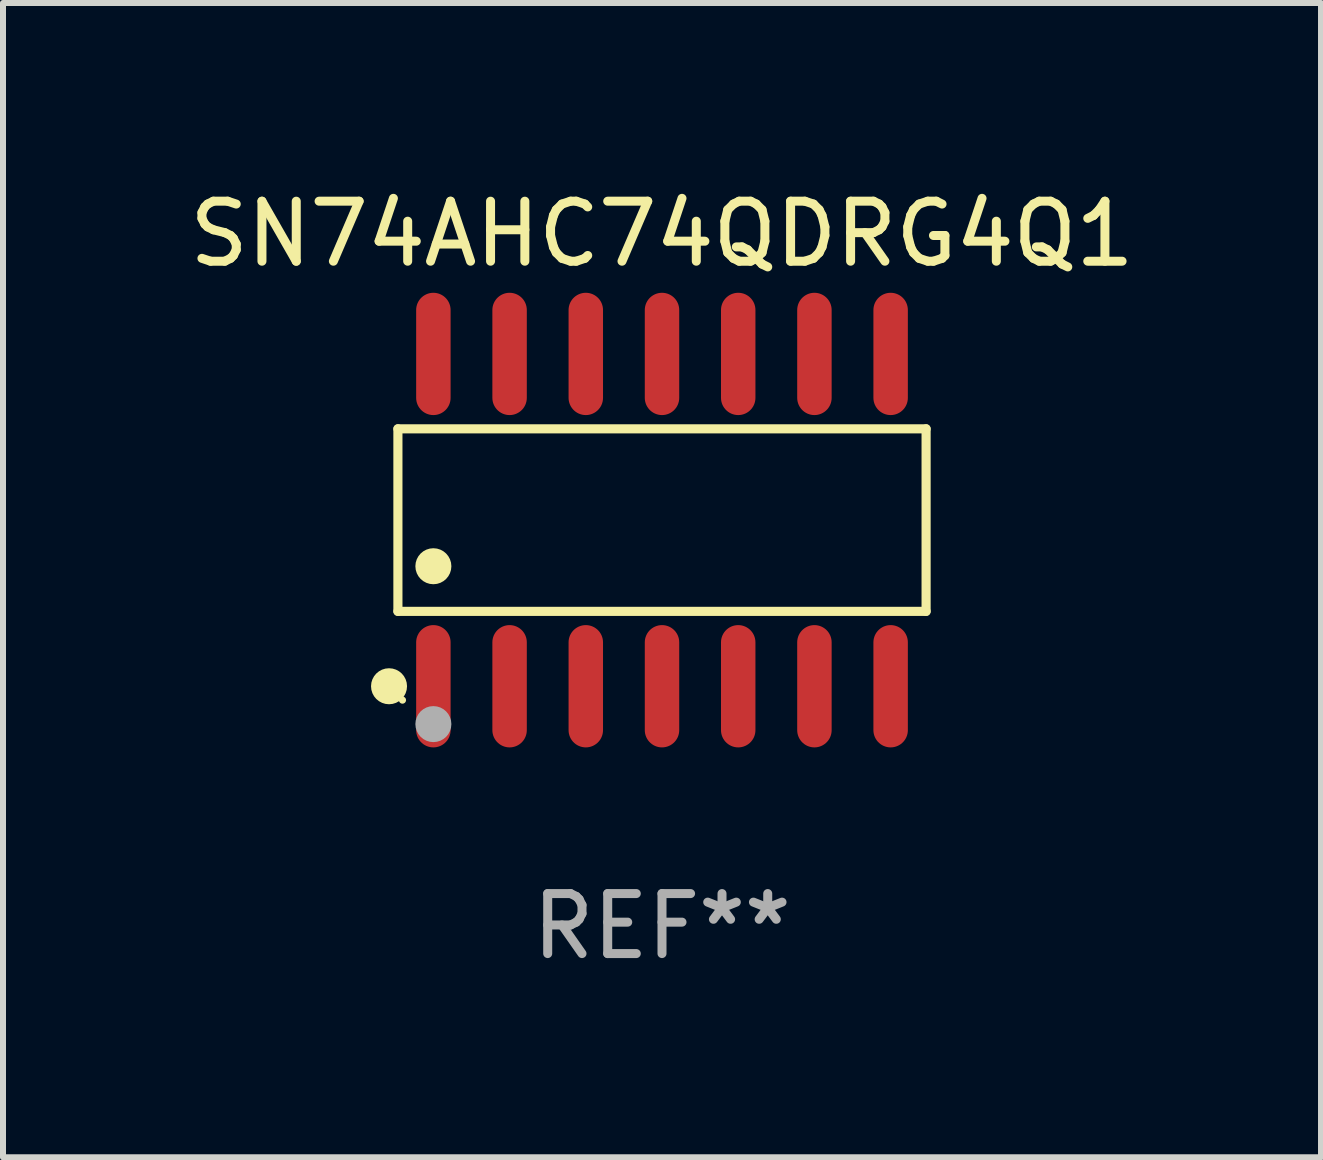
<source format=kicad_pcb>
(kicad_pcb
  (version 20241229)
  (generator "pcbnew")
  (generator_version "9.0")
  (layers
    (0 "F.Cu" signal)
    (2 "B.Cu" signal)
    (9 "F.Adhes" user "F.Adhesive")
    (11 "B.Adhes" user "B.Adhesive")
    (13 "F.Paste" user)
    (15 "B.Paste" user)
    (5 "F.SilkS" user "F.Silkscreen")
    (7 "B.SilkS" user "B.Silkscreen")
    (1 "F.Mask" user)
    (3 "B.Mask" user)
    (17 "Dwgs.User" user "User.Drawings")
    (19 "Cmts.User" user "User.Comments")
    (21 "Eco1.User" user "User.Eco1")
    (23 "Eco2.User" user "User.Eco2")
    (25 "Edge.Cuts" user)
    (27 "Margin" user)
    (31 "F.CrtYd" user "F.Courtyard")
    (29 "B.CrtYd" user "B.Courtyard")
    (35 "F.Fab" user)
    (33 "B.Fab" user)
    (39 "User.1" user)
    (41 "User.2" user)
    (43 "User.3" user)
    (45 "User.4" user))
  (footprint "SN74AHC74QDRG4Q1"
    (layer "F.Cu")
    (at 7.982 5.617)
    (property "Reference" "SN74AHC74QDRG4Q1" (at 0 -4.769 0) (layer "F.SilkS") (effects (font (size 1 1) (thickness 0.15))))
    (attr through_hole)
    (fp_line (start -4.401 -1.521) (end 4.401 -1.521) (stroke (width 0.152) (type solid)) (layer "F.SilkS"))
    (fp_line (start -4.401 1.521) (end -4.401 -1.521) (stroke (width 0.152) (type solid)) (layer "F.SilkS"))
    (fp_line (start 4.401 -1.521) (end 4.401 1.521) (stroke (width 0.152) (type solid)) (layer "F.SilkS"))
    (fp_line (start 4.401 1.521) (end -4.401 1.521) (stroke (width 0.152) (type solid)) (layer "F.SilkS"))
    (fp_circle (center -4.549 2.769) (end -4.399 2.769) (stroke (width 0.3) (type solid)) (fill no) (layer "F.SilkS"))
    (fp_circle (center -4.325 3) (end -4.295 3) (stroke (width 0.06) (type solid)) (fill no) (layer "F.SilkS"))
    (fp_circle (center -3.81 0.769) (end -3.66 0.769) (stroke (width 0.3) (type solid)) (fill no) (layer "F.SilkS"))
    (fp_circle (center -3.81 3.4) (end -3.66 3.4) (stroke (width 0.3) (type solid)) (fill no) (layer "F.Fab"))
    (fp_text user "REF**" (at 0 6.769 0) (layer "F.Fab") (effects (font (size 1 1) (thickness 0.15))))
    (pad "1" smd oval (at -3.81 2.769) (size 0.574 2.038) (layers "F.Cu" "F.Mask" "F.Paste"))
    (pad "2" smd oval (at -2.54 2.769) (size 0.574 2.038) (layers "F.Cu" "F.Mask" "F.Paste"))
    (pad "3" smd oval (at -1.27 2.769) (size 0.574 2.038) (layers "F.Cu" "F.Mask" "F.Paste"))
    (pad "4" smd oval (at 0 2.769) (size 0.574 2.038) (layers "F.Cu" "F.Mask" "F.Paste"))
    (pad "5" smd oval (at 1.27 2.769) (size 0.574 2.038) (layers "F.Cu" "F.Mask" "F.Paste"))
    (pad "6" smd oval (at 2.54 2.769) (size 0.574 2.038) (layers "F.Cu" "F.Mask" "F.Paste"))
    (pad "7" smd oval (at 3.81 2.769) (size 0.574 2.038) (layers "F.Cu" "F.Mask" "F.Paste"))
    (pad "8" smd oval (at 3.81 -2.769) (size 0.574 2.038) (layers "F.Cu" "F.Mask" "F.Paste"))
    (pad "9" smd oval (at 2.54 -2.769) (size 0.574 2.038) (layers "F.Cu" "F.Mask" "F.Paste"))
    (pad "10" smd oval (at 1.27 -2.769) (size 0.574 2.038) (layers "F.Cu" "F.Mask" "F.Paste"))
    (pad "11" smd oval (at 0 -2.769) (size 0.574 2.038) (layers "F.Cu" "F.Mask" "F.Paste"))
    (pad "12" smd oval (at -1.27 -2.769) (size 0.574 2.038) (layers "F.Cu" "F.Mask" "F.Paste"))
    (pad "13" smd oval (at -2.54 -2.769) (size 0.574 2.038) (layers "F.Cu" "F.Mask" "F.Paste"))
    (pad "14" smd oval (at -3.81 -2.769) (size 0.574 2.038) (layers "F.Cu" "F.Mask" "F.Paste")))
  (gr_rect
    (start -3 -3)
    (end 18.964 16.235)
    (stroke (width 0.1) (type default))
    (fill no)
    (layer "Edge.Cuts")))
</source>
